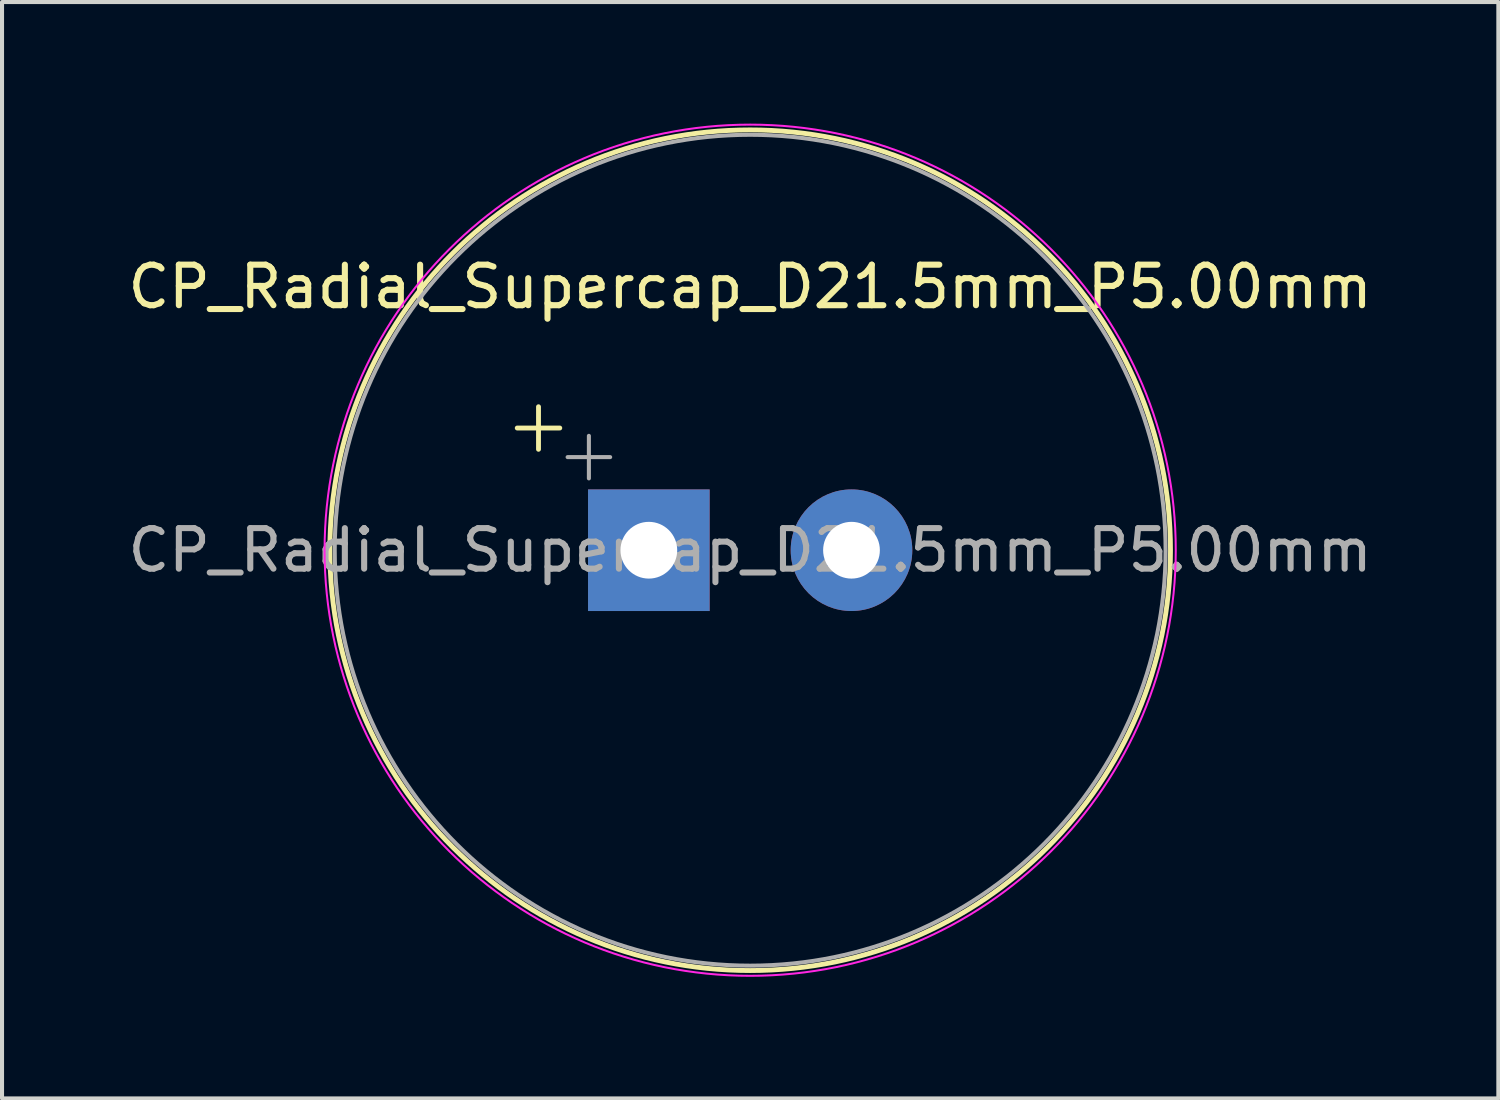
<source format=kicad_pcb>
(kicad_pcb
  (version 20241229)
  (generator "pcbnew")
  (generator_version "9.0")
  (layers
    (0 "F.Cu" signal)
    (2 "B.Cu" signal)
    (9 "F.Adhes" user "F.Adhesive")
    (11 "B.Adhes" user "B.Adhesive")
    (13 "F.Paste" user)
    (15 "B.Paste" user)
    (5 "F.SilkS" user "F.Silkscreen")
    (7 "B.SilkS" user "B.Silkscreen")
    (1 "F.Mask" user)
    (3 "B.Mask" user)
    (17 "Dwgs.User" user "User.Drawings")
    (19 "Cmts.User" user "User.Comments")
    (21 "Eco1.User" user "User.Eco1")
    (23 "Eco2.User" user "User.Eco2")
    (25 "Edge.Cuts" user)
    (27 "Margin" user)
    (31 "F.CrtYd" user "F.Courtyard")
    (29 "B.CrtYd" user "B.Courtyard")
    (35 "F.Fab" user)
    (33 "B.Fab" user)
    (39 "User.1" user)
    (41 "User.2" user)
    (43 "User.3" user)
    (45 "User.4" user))
  (footprint "CP_Radial_Supercap_D21.5mm_P5.00mm"
    (layer "F.Cu")
    (at 12.958 10.525)
    (property "Reference" "CP_Radial_Supercap_D21.5mm_P5.00mm" (at 2.5 -6.5 0) (layer "F.SilkS") (effects (font (size 1 1) (thickness 0.15))))
    (attr through_hole)
    (fp_line (start -3.247 -3.015) (end -2.197 -3.015) (stroke (width 0.12) (type solid)) (layer "F.SilkS"))
    (fp_line (start -2.722 -3.54) (end -2.722 -2.49) (stroke (width 0.12) (type solid)) (layer "F.SilkS"))
    (fp_circle (center 2.5 0) (end 12.87 0) (stroke (width 0.12) (type solid)) (fill no) (layer "F.SilkS"))
    (fp_circle (center 2.5 0) (end 13 0) (stroke (width 0.05) (type solid)) (fill no) (layer "F.CrtYd"))
    (fp_line (start -2.004 -2.297) (end -0.954 -2.297) (stroke (width 0.1) (type solid)) (layer "F.Fab"))
    (fp_line (start -1.479 -2.822) (end -1.479 -1.772) (stroke (width 0.1) (type solid)) (layer "F.Fab"))
    (fp_circle (center 2.5 0) (end 12.75 0) (stroke (width 0.1) (type solid)) (fill no) (layer "F.Fab"))
    (fp_text user "${REFERENCE}" (at 2.5 0 0) (layer "F.Fab") (effects (font (size 1 1) (thickness 0.15))))
    (pad "1" thru_hole rect (at 0 0) (size 3 3) (drill 1.4) (layers "*.Cu" "*.Mask"))
    (pad "2" thru_hole circle (at 5 0) (size 3 3) (drill 1.4) (layers "*.Cu" "*.Mask")))
  (gr_rect
    (start -3 -3)
    (end 33.917 24.05)
    (stroke (width 0.1) (type default))
    (fill no)
    (layer "Edge.Cuts")))
</source>
